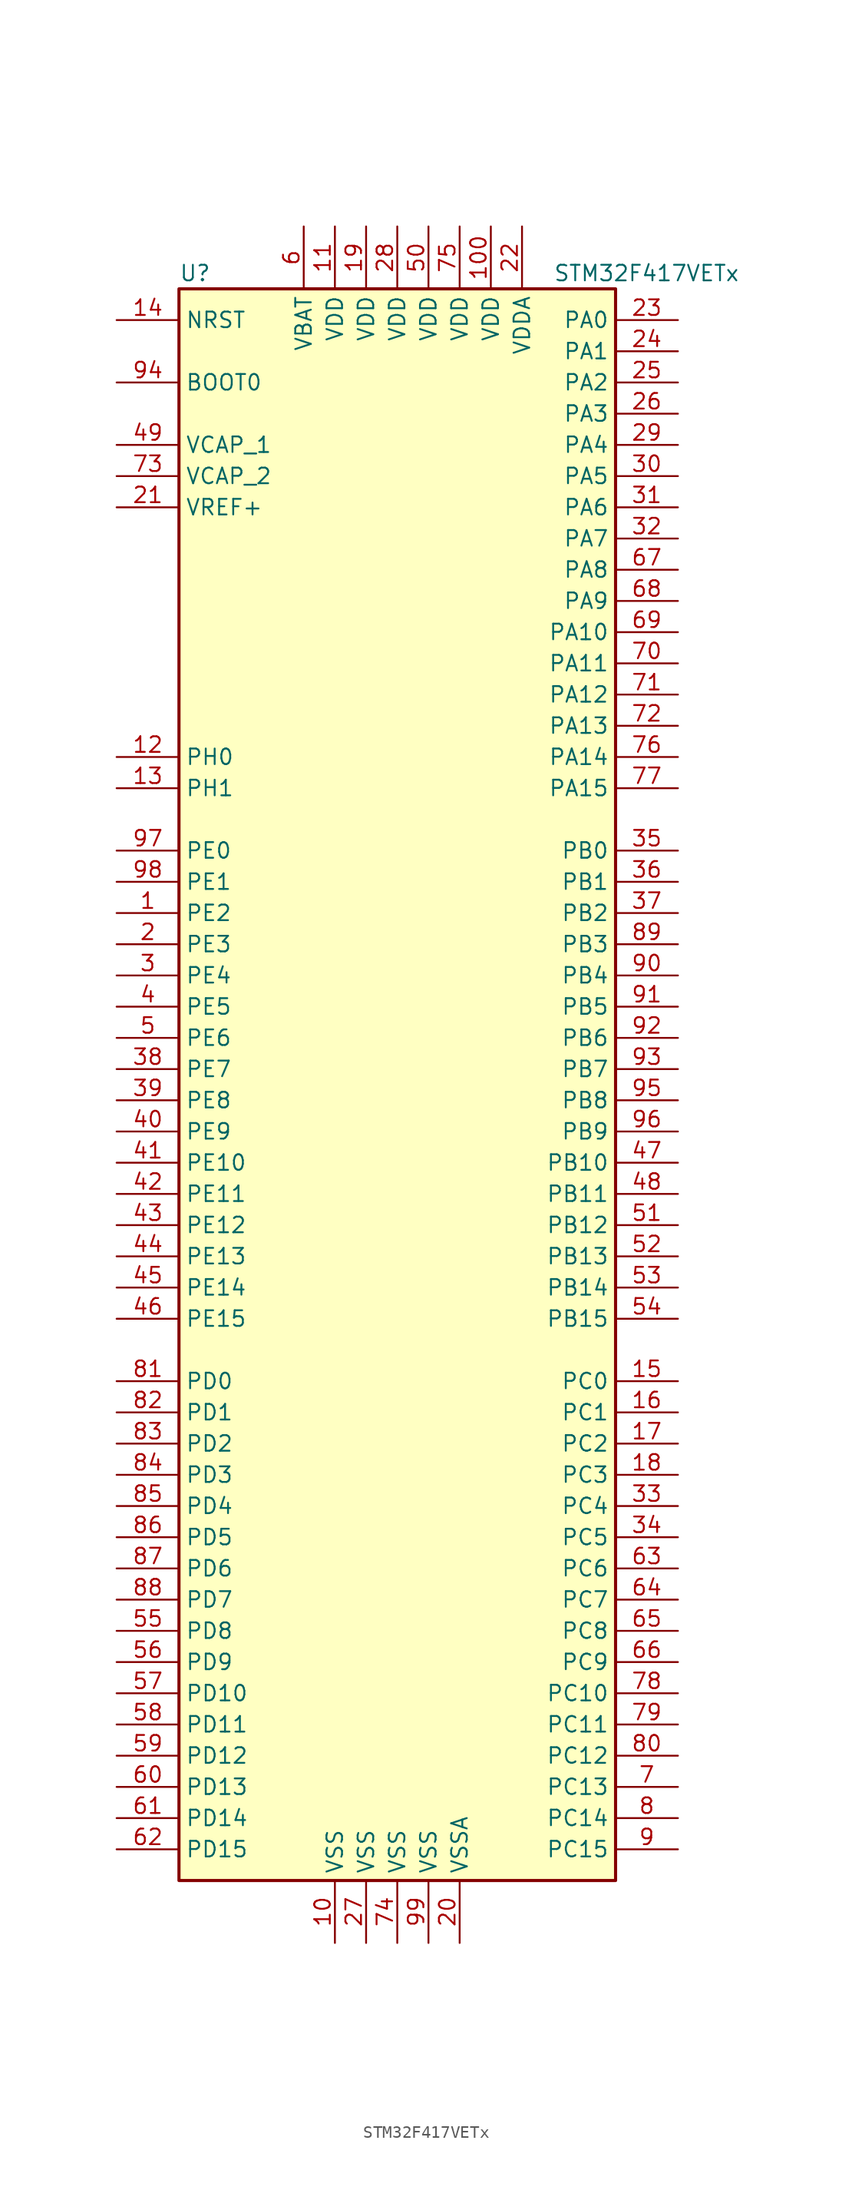
<source format=kicad_sym>
(kicad_symbol_lib
  (version 20201005)
  (generator kicad_symbol_editor)
  (symbol "STM32F417VETx"
    (property "Reference" "U"
      (at -17.78 64.77 0)
      (effects (font (size 1.27 1.27)) (justify left)))
    (property "Value" "STM32F417VETx"
      (at 12.7 64.77 0)
      (effects (font (size 1.27 1.27)) (justify left)))
    (symbol "STM32F417VETx_0_1"
      (rectangle (start -17.78 -66.04) (end 17.78 63.5) (stroke (width 0.254)) (fill (type background))))
    (symbol "STM32F417VETx_1_1"
      (pin input line (at -22.86 55.88 0) (length 5.08) (name "BOOT0" (effects (font (size 1.27 1.27)))) (number "94" (effects (font (size 1.27 1.27)))))
      (pin input line (at -22.86 60.96 0) (length 5.08) (name "NRST" (effects (font (size 1.27 1.27)))) (number "14" (effects (font (size 1.27 1.27)))))
      (pin bidirectional line (at 22.86 60.96 180) (length 5.08) (name "PA0" (effects (font (size 1.27 1.27)))) (number "23" (effects (font (size 1.27 1.27)))))
      (pin bidirectional line (at 22.86 58.42 180) (length 5.08) (name "PA1" (effects (font (size 1.27 1.27)))) (number "24" (effects (font (size 1.27 1.27)))))
      (pin bidirectional line (at 22.86 35.56 180) (length 5.08) (name "PA10" (effects (font (size 1.27 1.27)))) (number "69" (effects (font (size 1.27 1.27)))))
      (pin bidirectional line (at 22.86 33.02 180) (length 5.08) (name "PA11" (effects (font (size 1.27 1.27)))) (number "70" (effects (font (size 1.27 1.27)))))
      (pin bidirectional line (at 22.86 30.48 180) (length 5.08) (name "PA12" (effects (font (size 1.27 1.27)))) (number "71" (effects (font (size 1.27 1.27)))))
      (pin bidirectional line (at 22.86 27.94 180) (length 5.08) (name "PA13" (effects (font (size 1.27 1.27)))) (number "72" (effects (font (size 1.27 1.27)))))
      (pin bidirectional line (at 22.86 25.4 180) (length 5.08) (name "PA14" (effects (font (size 1.27 1.27)))) (number "76" (effects (font (size 1.27 1.27)))))
      (pin bidirectional line (at 22.86 22.86 180) (length 5.08) (name "PA15" (effects (font (size 1.27 1.27)))) (number "77" (effects (font (size 1.27 1.27)))))
      (pin bidirectional line (at 22.86 55.88 180) (length 5.08) (name "PA2" (effects (font (size 1.27 1.27)))) (number "25" (effects (font (size 1.27 1.27)))))
      (pin bidirectional line (at 22.86 53.34 180) (length 5.08) (name "PA3" (effects (font (size 1.27 1.27)))) (number "26" (effects (font (size 1.27 1.27)))))
      (pin bidirectional line (at 22.86 50.8 180) (length 5.08) (name "PA4" (effects (font (size 1.27 1.27)))) (number "29" (effects (font (size 1.27 1.27)))))
      (pin bidirectional line (at 22.86 48.26 180) (length 5.08) (name "PA5" (effects (font (size 1.27 1.27)))) (number "30" (effects (font (size 1.27 1.27)))))
      (pin bidirectional line (at 22.86 45.72 180) (length 5.08) (name "PA6" (effects (font (size 1.27 1.27)))) (number "31" (effects (font (size 1.27 1.27)))))
      (pin bidirectional line (at 22.86 43.18 180) (length 5.08) (name "PA7" (effects (font (size 1.27 1.27)))) (number "32" (effects (font (size 1.27 1.27)))))
      (pin bidirectional line (at 22.86 40.64 180) (length 5.08) (name "PA8" (effects (font (size 1.27 1.27)))) (number "67" (effects (font (size 1.27 1.27)))))
      (pin bidirectional line (at 22.86 38.1 180) (length 5.08) (name "PA9" (effects (font (size 1.27 1.27)))) (number "68" (effects (font (size 1.27 1.27)))))
      (pin bidirectional line (at 22.86 17.78 180) (length 5.08) (name "PB0" (effects (font (size 1.27 1.27)))) (number "35" (effects (font (size 1.27 1.27)))))
      (pin bidirectional line (at 22.86 15.24 180) (length 5.08) (name "PB1" (effects (font (size 1.27 1.27)))) (number "36" (effects (font (size 1.27 1.27)))))
      (pin bidirectional line (at 22.86 -7.62 180) (length 5.08) (name "PB10" (effects (font (size 1.27 1.27)))) (number "47" (effects (font (size 1.27 1.27)))))
      (pin bidirectional line (at 22.86 -10.16 180) (length 5.08) (name "PB11" (effects (font (size 1.27 1.27)))) (number "48" (effects (font (size 1.27 1.27)))))
      (pin bidirectional line (at 22.86 -12.7 180) (length 5.08) (name "PB12" (effects (font (size 1.27 1.27)))) (number "51" (effects (font (size 1.27 1.27)))))
      (pin bidirectional line (at 22.86 -15.24 180) (length 5.08) (name "PB13" (effects (font (size 1.27 1.27)))) (number "52" (effects (font (size 1.27 1.27)))))
      (pin bidirectional line (at 22.86 -17.78 180) (length 5.08) (name "PB14" (effects (font (size 1.27 1.27)))) (number "53" (effects (font (size 1.27 1.27)))))
      (pin bidirectional line (at 22.86 -20.32 180) (length 5.08) (name "PB15" (effects (font (size 1.27 1.27)))) (number "54" (effects (font (size 1.27 1.27)))))
      (pin bidirectional line (at 22.86 12.7 180) (length 5.08) (name "PB2" (effects (font (size 1.27 1.27)))) (number "37" (effects (font (size 1.27 1.27)))))
      (pin bidirectional line (at 22.86 10.16 180) (length 5.08) (name "PB3" (effects (font (size 1.27 1.27)))) (number "89" (effects (font (size 1.27 1.27)))))
      (pin bidirectional line (at 22.86 7.62 180) (length 5.08) (name "PB4" (effects (font (size 1.27 1.27)))) (number "90" (effects (font (size 1.27 1.27)))))
      (pin bidirectional line (at 22.86 5.08 180) (length 5.08) (name "PB5" (effects (font (size 1.27 1.27)))) (number "91" (effects (font (size 1.27 1.27)))))
      (pin bidirectional line (at 22.86 2.54 180) (length 5.08) (name "PB6" (effects (font (size 1.27 1.27)))) (number "92" (effects (font (size 1.27 1.27)))))
      (pin bidirectional line (at 22.86 0 180) (length 5.08) (name "PB7" (effects (font (size 1.27 1.27)))) (number "93" (effects (font (size 1.27 1.27)))))
      (pin bidirectional line (at 22.86 -2.54 180) (length 5.08) (name "PB8" (effects (font (size 1.27 1.27)))) (number "95" (effects (font (size 1.27 1.27)))))
      (pin bidirectional line (at 22.86 -5.08 180) (length 5.08) (name "PB9" (effects (font (size 1.27 1.27)))) (number "96" (effects (font (size 1.27 1.27)))))
      (pin bidirectional line (at 22.86 -25.4 180) (length 5.08) (name "PC0" (effects (font (size 1.27 1.27)))) (number "15" (effects (font (size 1.27 1.27)))))
      (pin bidirectional line (at 22.86 -27.94 180) (length 5.08) (name "PC1" (effects (font (size 1.27 1.27)))) (number "16" (effects (font (size 1.27 1.27)))))
      (pin bidirectional line (at 22.86 -50.8 180) (length 5.08) (name "PC10" (effects (font (size 1.27 1.27)))) (number "78" (effects (font (size 1.27 1.27)))))
      (pin bidirectional line (at 22.86 -53.34 180) (length 5.08) (name "PC11" (effects (font (size 1.27 1.27)))) (number "79" (effects (font (size 1.27 1.27)))))
      (pin bidirectional line (at 22.86 -55.88 180) (length 5.08) (name "PC12" (effects (font (size 1.27 1.27)))) (number "80" (effects (font (size 1.27 1.27)))))
      (pin bidirectional line (at 22.86 -58.42 180) (length 5.08) (name "PC13" (effects (font (size 1.27 1.27)))) (number "7" (effects (font (size 1.27 1.27)))))
      (pin bidirectional line (at 22.86 -60.96 180) (length 5.08) (name "PC14" (effects (font (size 1.27 1.27)))) (number "8" (effects (font (size 1.27 1.27)))))
      (pin bidirectional line (at 22.86 -63.5 180) (length 5.08) (name "PC15" (effects (font (size 1.27 1.27)))) (number "9" (effects (font (size 1.27 1.27)))))
      (pin bidirectional line (at 22.86 -30.48 180) (length 5.08) (name "PC2" (effects (font (size 1.27 1.27)))) (number "17" (effects (font (size 1.27 1.27)))))
      (pin bidirectional line (at 22.86 -33.02 180) (length 5.08) (name "PC3" (effects (font (size 1.27 1.27)))) (number "18" (effects (font (size 1.27 1.27)))))
      (pin bidirectional line (at 22.86 -35.56 180) (length 5.08) (name "PC4" (effects (font (size 1.27 1.27)))) (number "33" (effects (font (size 1.27 1.27)))))
      (pin bidirectional line (at 22.86 -38.1 180) (length 5.08) (name "PC5" (effects (font (size 1.27 1.27)))) (number "34" (effects (font (size 1.27 1.27)))))
      (pin bidirectional line (at 22.86 -40.64 180) (length 5.08) (name "PC6" (effects (font (size 1.27 1.27)))) (number "63" (effects (font (size 1.27 1.27)))))
      (pin bidirectional line (at 22.86 -43.18 180) (length 5.08) (name "PC7" (effects (font (size 1.27 1.27)))) (number "64" (effects (font (size 1.27 1.27)))))
      (pin bidirectional line (at 22.86 -45.72 180) (length 5.08) (name "PC8" (effects (font (size 1.27 1.27)))) (number "65" (effects (font (size 1.27 1.27)))))
      (pin bidirectional line (at 22.86 -48.26 180) (length 5.08) (name "PC9" (effects (font (size 1.27 1.27)))) (number "66" (effects (font (size 1.27 1.27)))))
      (pin bidirectional line (at -22.86 -25.4 0) (length 5.08) (name "PD0" (effects (font (size 1.27 1.27)))) (number "81" (effects (font (size 1.27 1.27)))))
      (pin bidirectional line (at -22.86 -27.94 0) (length 5.08) (name "PD1" (effects (font (size 1.27 1.27)))) (number "82" (effects (font (size 1.27 1.27)))))
      (pin bidirectional line (at -22.86 -50.8 0) (length 5.08) (name "PD10" (effects (font (size 1.27 1.27)))) (number "57" (effects (font (size 1.27 1.27)))))
      (pin bidirectional line (at -22.86 -53.34 0) (length 5.08) (name "PD11" (effects (font (size 1.27 1.27)))) (number "58" (effects (font (size 1.27 1.27)))))
      (pin bidirectional line (at -22.86 -55.88 0) (length 5.08) (name "PD12" (effects (font (size 1.27 1.27)))) (number "59" (effects (font (size 1.27 1.27)))))
      (pin bidirectional line (at -22.86 -58.42 0) (length 5.08) (name "PD13" (effects (font (size 1.27 1.27)))) (number "60" (effects (font (size 1.27 1.27)))))
      (pin bidirectional line (at -22.86 -60.96 0) (length 5.08) (name "PD14" (effects (font (size 1.27 1.27)))) (number "61" (effects (font (size 1.27 1.27)))))
      (pin bidirectional line (at -22.86 -63.5 0) (length 5.08) (name "PD15" (effects (font (size 1.27 1.27)))) (number "62" (effects (font (size 1.27 1.27)))))
      (pin bidirectional line (at -22.86 -30.48 0) (length 5.08) (name "PD2" (effects (font (size 1.27 1.27)))) (number "83" (effects (font (size 1.27 1.27)))))
      (pin bidirectional line (at -22.86 -33.02 0) (length 5.08) (name "PD3" (effects (font (size 1.27 1.27)))) (number "84" (effects (font (size 1.27 1.27)))))
      (pin bidirectional line (at -22.86 -35.56 0) (length 5.08) (name "PD4" (effects (font (size 1.27 1.27)))) (number "85" (effects (font (size 1.27 1.27)))))
      (pin bidirectional line (at -22.86 -38.1 0) (length 5.08) (name "PD5" (effects (font (size 1.27 1.27)))) (number "86" (effects (font (size 1.27 1.27)))))
      (pin bidirectional line (at -22.86 -40.64 0) (length 5.08) (name "PD6" (effects (font (size 1.27 1.27)))) (number "87" (effects (font (size 1.27 1.27)))))
      (pin bidirectional line (at -22.86 -43.18 0) (length 5.08) (name "PD7" (effects (font (size 1.27 1.27)))) (number "88" (effects (font (size 1.27 1.27)))))
      (pin bidirectional line (at -22.86 -45.72 0) (length 5.08) (name "PD8" (effects (font (size 1.27 1.27)))) (number "55" (effects (font (size 1.27 1.27)))))
      (pin bidirectional line (at -22.86 -48.26 0) (length 5.08) (name "PD9" (effects (font (size 1.27 1.27)))) (number "56" (effects (font (size 1.27 1.27)))))
      (pin bidirectional line (at -22.86 17.78 0) (length 5.08) (name "PE0" (effects (font (size 1.27 1.27)))) (number "97" (effects (font (size 1.27 1.27)))))
      (pin bidirectional line (at -22.86 15.24 0) (length 5.08) (name "PE1" (effects (font (size 1.27 1.27)))) (number "98" (effects (font (size 1.27 1.27)))))
      (pin bidirectional line (at -22.86 -7.62 0) (length 5.08) (name "PE10" (effects (font (size 1.27 1.27)))) (number "41" (effects (font (size 1.27 1.27)))))
      (pin bidirectional line (at -22.86 -10.16 0) (length 5.08) (name "PE11" (effects (font (size 1.27 1.27)))) (number "42" (effects (font (size 1.27 1.27)))))
      (pin bidirectional line (at -22.86 -12.7 0) (length 5.08) (name "PE12" (effects (font (size 1.27 1.27)))) (number "43" (effects (font (size 1.27 1.27)))))
      (pin bidirectional line (at -22.86 -15.24 0) (length 5.08) (name "PE13" (effects (font (size 1.27 1.27)))) (number "44" (effects (font (size 1.27 1.27)))))
      (pin bidirectional line (at -22.86 -17.78 0) (length 5.08) (name "PE14" (effects (font (size 1.27 1.27)))) (number "45" (effects (font (size 1.27 1.27)))))
      (pin bidirectional line (at -22.86 -20.32 0) (length 5.08) (name "PE15" (effects (font (size 1.27 1.27)))) (number "46" (effects (font (size 1.27 1.27)))))
      (pin bidirectional line (at -22.86 12.7 0) (length 5.08) (name "PE2" (effects (font (size 1.27 1.27)))) (number "1" (effects (font (size 1.27 1.27)))))
      (pin bidirectional line (at -22.86 10.16 0) (length 5.08) (name "PE3" (effects (font (size 1.27 1.27)))) (number "2" (effects (font (size 1.27 1.27)))))
      (pin bidirectional line (at -22.86 7.62 0) (length 5.08) (name "PE4" (effects (font (size 1.27 1.27)))) (number "3" (effects (font (size 1.27 1.27)))))
      (pin bidirectional line (at -22.86 5.08 0) (length 5.08) (name "PE5" (effects (font (size 1.27 1.27)))) (number "4" (effects (font (size 1.27 1.27)))))
      (pin bidirectional line (at -22.86 2.54 0) (length 5.08) (name "PE6" (effects (font (size 1.27 1.27)))) (number "5" (effects (font (size 1.27 1.27)))))
      (pin bidirectional line (at -22.86 0 0) (length 5.08) (name "PE7" (effects (font (size 1.27 1.27)))) (number "38" (effects (font (size 1.27 1.27)))))
      (pin bidirectional line (at -22.86 -2.54 0) (length 5.08) (name "PE8" (effects (font (size 1.27 1.27)))) (number "39" (effects (font (size 1.27 1.27)))))
      (pin bidirectional line (at -22.86 -5.08 0) (length 5.08) (name "PE9" (effects (font (size 1.27 1.27)))) (number "40" (effects (font (size 1.27 1.27)))))
      (pin input line (at -22.86 25.4 0) (length 5.08) (name "PH0" (effects (font (size 1.27 1.27)))) (number "12" (effects (font (size 1.27 1.27)))))
      (pin input line (at -22.86 22.86 0) (length 5.08) (name "PH1" (effects (font (size 1.27 1.27)))) (number "13" (effects (font (size 1.27 1.27)))))
      (pin power_in line (at -7.62 68.58 270) (length 5.08) (name "VBAT" (effects (font (size 1.27 1.27)))) (number "6" (effects (font (size 1.27 1.27)))))
      (pin power_in line (at -22.86 50.8 0) (length 5.08) (name "VCAP_1" (effects (font (size 1.27 1.27)))) (number "49" (effects (font (size 1.27 1.27)))))
      (pin power_in line (at -22.86 48.26 0) (length 5.08) (name "VCAP_2" (effects (font (size 1.27 1.27)))) (number "73" (effects (font (size 1.27 1.27)))))
      (pin power_in line (at 7.62 68.58 270) (length 5.08) (name "VDD" (effects (font (size 1.27 1.27)))) (number "100" (effects (font (size 1.27 1.27)))))
      (pin power_in line (at -5.08 68.58 270) (length 5.08) (name "VDD" (effects (font (size 1.27 1.27)))) (number "11" (effects (font (size 1.27 1.27)))))
      (pin power_in line (at -2.54 68.58 270) (length 5.08) (name "VDD" (effects (font (size 1.27 1.27)))) (number "19" (effects (font (size 1.27 1.27)))))
      (pin power_in line (at 0 68.58 270) (length 5.08) (name "VDD" (effects (font (size 1.27 1.27)))) (number "28" (effects (font (size 1.27 1.27)))))
      (pin power_in line (at 2.54 68.58 270) (length 5.08) (name "VDD" (effects (font (size 1.27 1.27)))) (number "50" (effects (font (size 1.27 1.27)))))
      (pin power_in line (at 5.08 68.58 270) (length 5.08) (name "VDD" (effects (font (size 1.27 1.27)))) (number "75" (effects (font (size 1.27 1.27)))))
      (pin power_in line (at 10.16 68.58 270) (length 5.08) (name "VDDA" (effects (font (size 1.27 1.27)))) (number "22" (effects (font (size 1.27 1.27)))))
      (pin power_in line (at -22.86 45.72 0) (length 5.08) (name "VREF+" (effects (font (size 1.27 1.27)))) (number "21" (effects (font (size 1.27 1.27)))))
      (pin power_in line (at -5.08 -71.12 90) (length 5.08) (name "VSS" (effects (font (size 1.27 1.27)))) (number "10" (effects (font (size 1.27 1.27)))))
      (pin power_in line (at -2.54 -71.12 90) (length 5.08) (name "VSS" (effects (font (size 1.27 1.27)))) (number "27" (effects (font (size 1.27 1.27)))))
      (pin power_in line (at 0 -71.12 90) (length 5.08) (name "VSS" (effects (font (size 1.27 1.27)))) (number "74" (effects (font (size 1.27 1.27)))))
      (pin power_in line (at 2.54 -71.12 90) (length 5.08) (name "VSS" (effects (font (size 1.27 1.27)))) (number "99" (effects (font (size 1.27 1.27)))))
      (pin power_in line (at 5.08 -71.12 90) (length 5.08) (name "VSSA" (effects (font (size 1.27 1.27)))) (number "20" (effects (font (size 1.27 1.27))))))))
</source>
